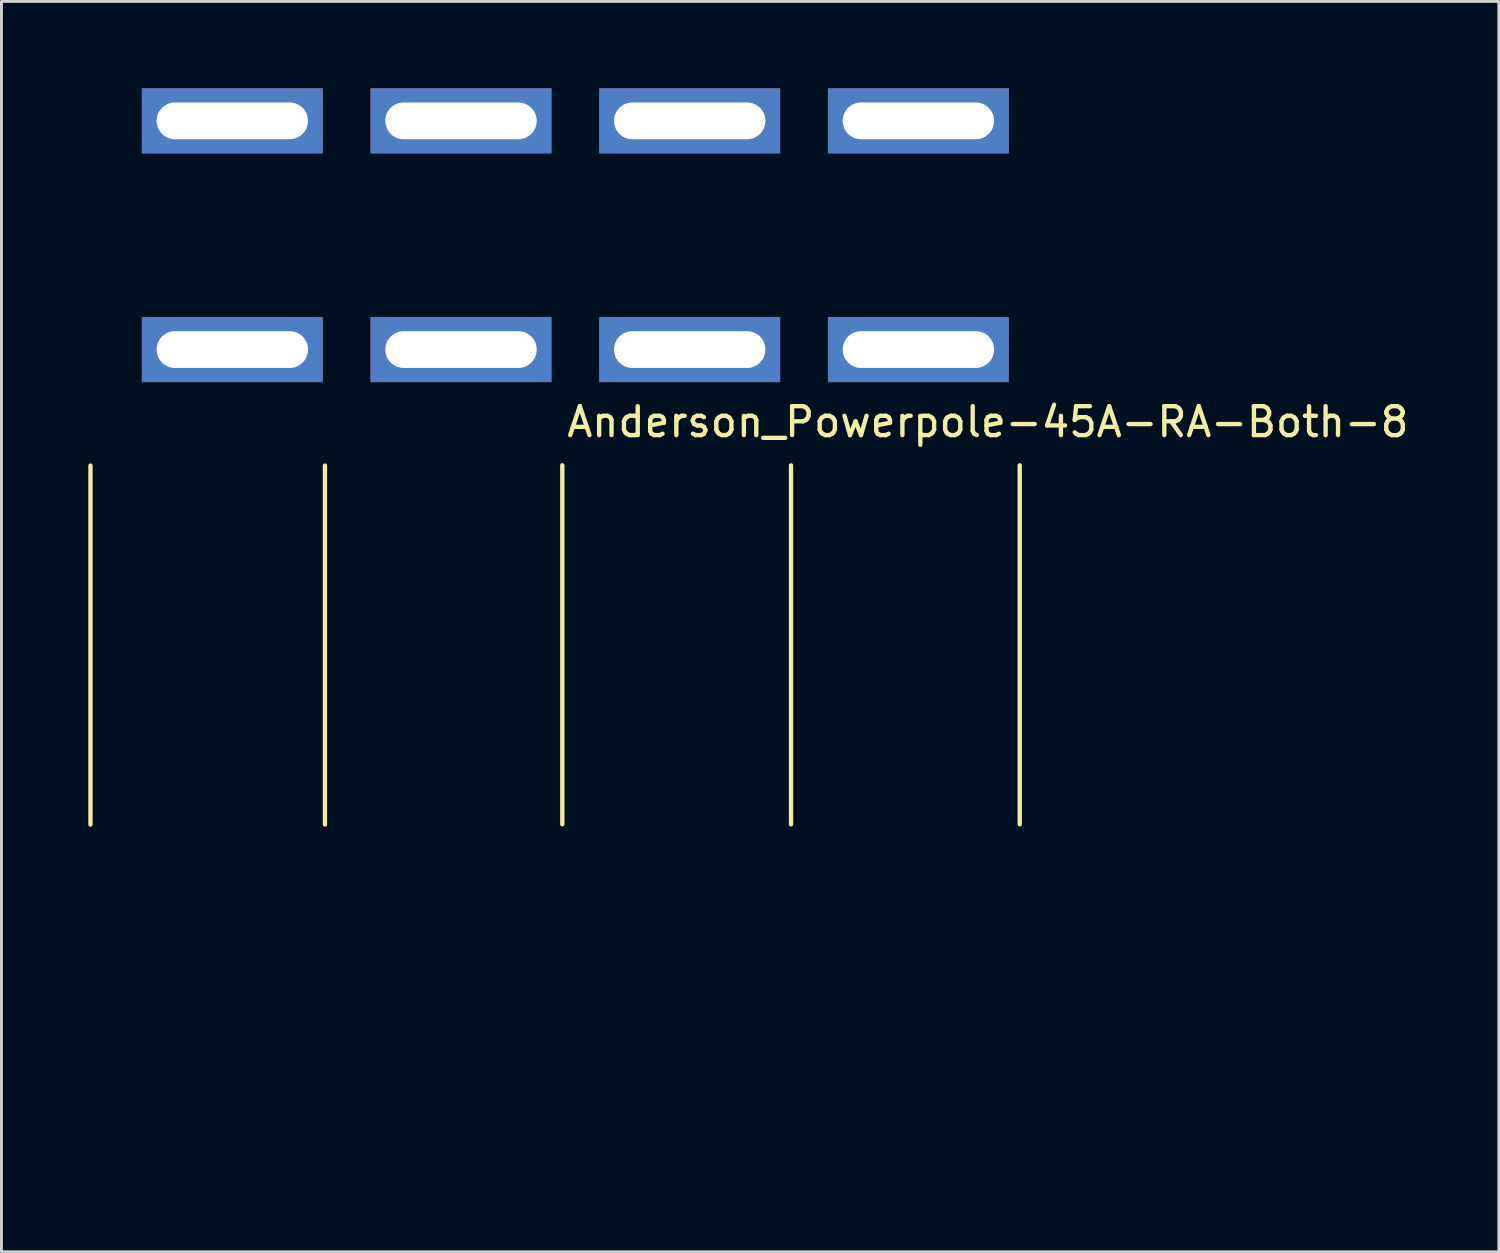
<source format=kicad_pcb>
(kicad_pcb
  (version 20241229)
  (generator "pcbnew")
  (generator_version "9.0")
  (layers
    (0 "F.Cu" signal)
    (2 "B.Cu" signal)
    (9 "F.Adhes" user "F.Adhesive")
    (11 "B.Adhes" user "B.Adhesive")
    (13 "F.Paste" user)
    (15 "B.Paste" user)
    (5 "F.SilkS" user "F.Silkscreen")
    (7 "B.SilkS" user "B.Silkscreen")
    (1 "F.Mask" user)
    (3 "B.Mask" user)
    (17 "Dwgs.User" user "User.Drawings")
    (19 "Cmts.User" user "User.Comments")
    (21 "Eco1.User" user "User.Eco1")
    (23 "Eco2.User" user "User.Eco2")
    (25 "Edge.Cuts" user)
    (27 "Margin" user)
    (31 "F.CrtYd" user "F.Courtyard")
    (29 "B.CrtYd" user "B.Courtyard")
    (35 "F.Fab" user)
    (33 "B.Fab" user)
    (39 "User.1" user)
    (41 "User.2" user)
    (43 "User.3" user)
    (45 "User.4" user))
  (footprint "Anderson_Powerpole-45A-RA-Both-8"
    (layer "F.Cu")
    (at 4.975 1.125)
    (property "Reference" "Anderson_Powerpole-45A-RA-Both-8" (at 26.1 10.4 0) (layer "F.SilkS") (effects (font (size 1 1) (thickness 0.15))))
    (attr through_hole)
    (fp_line (start -4.9 11.908) (end -4.9 24.308) (stroke (width 0.15) (type solid)) (layer "F.SilkS"))
    (fp_line (start 3.2 11.908) (end 3.2 24.308) (stroke (width 0.15) (type solid)) (layer "F.SilkS"))
    (fp_line (start 11.4 11.9) (end 11.4 24.3) (stroke (width 0.15) (type solid)) (layer "F.SilkS"))
    (fp_line (start 19.3 11.9) (end 19.3 24.3) (stroke (width 0.15) (type solid)) (layer "F.SilkS"))
    (fp_line (start 27.2 11.9) (end 27.2 24.3) (stroke (width 0.15) (type solid)) (layer "F.SilkS"))
    (fp_line (start 0 0) (end 0 34.492) (stroke (width 0.15) (type solid)) (layer "Eco1.User"))
    (fp_line (start 0.25 34.492) (end -0.25 34.492) (stroke (width 0.15) (type solid)) (layer "Eco1.User"))
    (fp_line (start 7.9 0) (end 7.9 34.492) (stroke (width 0.15) (type solid)) (layer "Eco1.User"))
    (fp_line (start 8.15 34.492) (end 7.65 34.492) (stroke (width 0.15) (type solid)) (layer "Eco1.User"))
    (fp_line (start 15.8 0) (end 15.8 34.492) (stroke (width 0.15) (type solid)) (layer "Eco1.User"))
    (fp_line (start 16.05 34.492) (end 15.55 34.492) (stroke (width 0.15) (type solid)) (layer "Eco1.User"))
    (fp_line (start 23.7 0) (end 23.7 34.492) (stroke (width 0.15) (type solid)) (layer "Eco1.User"))
    (fp_line (start 23.95 34.492) (end 23.45 34.492) (stroke (width 0.15) (type solid)) (layer "Eco1.User"))
    (fp_line (start -4.2 11.392) (end 4.2 11.392) (stroke (width 0.15) (type solid)) (layer "Eco2.User"))
    (fp_line (start -4.1 24.792) (end -4.2 11.392) (stroke (width 0.15) (type solid)) (layer "Eco2.User"))
    (fp_line (start -3.95 35.992) (end -4.1 27.392) (stroke (width 0.15) (type solid)) (layer "Eco2.User"))
    (fp_line (start 3.7 11.392) (end 12.1 11.392) (stroke (width 0.15) (type solid)) (layer "Eco2.User"))
    (fp_line (start 3.8 24.792) (end 3.7 11.392) (stroke (width 0.15) (type solid)) (layer "Eco2.User"))
    (fp_line (start 3.95 35.992) (end -3.95 35.992) (stroke (width 0.15) (type solid)) (layer "Eco2.User"))
    (fp_line (start 3.95 35.992) (end 3.8 27.392) (stroke (width 0.15) (type solid)) (layer "Eco2.User"))
    (fp_line (start 3.95 35.992) (end 4.1 27.392) (stroke (width 0.15) (type solid)) (layer "Eco2.User"))
    (fp_line (start 4.1 24.792) (end 4.2 11.392) (stroke (width 0.15) (type solid)) (layer "Eco2.User"))
    (fp_line (start 11.6 11.392) (end 20 11.392) (stroke (width 0.15) (type solid)) (layer "Eco2.User"))
    (fp_line (start 11.7 24.792) (end 11.6 11.392) (stroke (width 0.15) (type solid)) (layer "Eco2.User"))
    (fp_line (start 11.85 35.992) (end 3.95 35.992) (stroke (width 0.15) (type solid)) (layer "Eco2.User"))
    (fp_line (start 11.85 35.992) (end 11.7 27.392) (stroke (width 0.15) (type solid)) (layer "Eco2.User"))
    (fp_line (start 11.85 35.992) (end 12 27.392) (stroke (width 0.15) (type solid)) (layer "Eco2.User"))
    (fp_line (start 12 24.792) (end 12.1 11.392) (stroke (width 0.15) (type solid)) (layer "Eco2.User"))
    (fp_line (start 19.5 11.392) (end 27.9 11.392) (stroke (width 0.15) (type solid)) (layer "Eco2.User"))
    (fp_line (start 19.6 24.792) (end 19.5 11.392) (stroke (width 0.15) (type solid)) (layer "Eco2.User"))
    (fp_line (start 19.75 35.992) (end 11.85 35.992) (stroke (width 0.15) (type solid)) (layer "Eco2.User"))
    (fp_line (start 19.75 35.992) (end 19.6 27.392) (stroke (width 0.15) (type solid)) (layer "Eco2.User"))
    (fp_line (start 19.75 35.992) (end 19.9 27.392) (stroke (width 0.15) (type solid)) (layer "Eco2.User"))
    (fp_line (start 19.9 24.792) (end 20 11.392) (stroke (width 0.15) (type solid)) (layer "Eco2.User"))
    (fp_line (start 27.65 35.992) (end 19.75 35.992) (stroke (width 0.15) (type solid)) (layer "Eco2.User"))
    (fp_line (start 27.65 35.992) (end 27.8 27.392) (stroke (width 0.15) (type solid)) (layer "Eco2.User"))
    (fp_line (start 27.8 24.792) (end 27.9 11.392) (stroke (width 0.15) (type solid)) (layer "Eco2.User"))
    (fp_arc (start -4.1 24.792) (mid -3.180761 25.172761) (end -2.8 26.092) (stroke (width 0.15) (type solid)) (layer "Eco2.User"))
    (fp_arc (start -2.8 26.092) (mid -3.180761 27.011239) (end -4.1 27.392) (stroke (width 0.15) (type solid)) (layer "Eco2.User"))
    (fp_arc (start 2.8 26.092) (mid 3.180761 25.172761) (end 4.1 24.792) (stroke (width 0.15) (type solid)) (layer "Eco2.User"))
    (fp_arc (start 3.8 24.792) (mid 4.719239 25.172761) (end 5.1 26.092) (stroke (width 0.15) (type solid)) (layer "Eco2.User"))
    (fp_arc (start 4.1 27.392) (mid 3.180761 27.011239) (end 2.8 26.092) (stroke (width 0.15) (type solid)) (layer "Eco2.User"))
    (fp_arc (start 5.1 26.092) (mid 4.719239 27.011239) (end 3.8 27.392) (stroke (width 0.15) (type solid)) (layer "Eco2.User"))
    (fp_arc (start 10.7 26.092) (mid 11.080761 25.172761) (end 12 24.792) (stroke (width 0.15) (type solid)) (layer "Eco2.User"))
    (fp_arc (start 11.7 24.792) (mid 12.619239 25.172761) (end 13 26.092) (stroke (width 0.15) (type solid)) (layer "Eco2.User"))
    (fp_arc (start 12 27.392) (mid 11.080761 27.011239) (end 10.7 26.092) (stroke (width 0.15) (type solid)) (layer "Eco2.User"))
    (fp_arc (start 13 26.092) (mid 12.619239 27.011239) (end 11.7 27.392) (stroke (width 0.15) (type solid)) (layer "Eco2.User"))
    (fp_arc (start 18.6 26.092) (mid 18.980761 25.172761) (end 19.9 24.792) (stroke (width 0.15) (type solid)) (layer "Eco2.User"))
    (fp_arc (start 19.6 24.792) (mid 20.519239 25.172761) (end 20.9 26.092) (stroke (width 0.15) (type solid)) (layer "Eco2.User"))
    (fp_arc (start 19.9 27.392) (mid 18.980761 27.011239) (end 18.6 26.092) (stroke (width 0.15) (type solid)) (layer "Eco2.User"))
    (fp_arc (start 20.9 26.092) (mid 20.519239 27.011239) (end 19.6 27.392) (stroke (width 0.15) (type solid)) (layer "Eco2.User"))
    (fp_arc (start 26.5 26.092) (mid 26.880761 25.172761) (end 27.8 24.792) (stroke (width 0.15) (type solid)) (layer "Eco2.User"))
    (fp_arc (start 27.8 27.392) (mid 26.880761 27.011239) (end 26.5 26.092) (stroke (width 0.15) (type solid)) (layer "Eco2.User"))
    (pad "1" thru_hole rect (at 0 7.9) (size 6.25 2.25) (drill oval 5.23 1.27) (layers "*.Cu" "*.Mask"))
    (pad "2" thru_hole rect (at 0 0) (size 6.25 2.25) (drill oval 5.23 1.27) (layers "*.Cu" "*.Mask"))
    (pad "3" thru_hole rect (at 7.9 7.9) (size 6.25 2.25) (drill oval 5.23 1.27) (layers "*.Cu" "*.Mask"))
    (pad "4" thru_hole rect (at 7.9 0) (size 6.25 2.25) (drill oval 5.23 1.27) (layers "*.Cu" "*.Mask"))
    (pad "5" thru_hole rect (at 15.8 7.9) (size 6.25 2.25) (drill oval 5.23 1.27) (layers "*.Cu" "*.Mask"))
    (pad "6" thru_hole rect (at 15.8 0) (size 6.25 2.25) (drill oval 5.23 1.27) (layers "*.Cu" "*.Mask"))
    (pad "7" thru_hole rect (at 23.7 7.9) (size 6.25 2.25) (drill oval 5.23 1.27) (layers "*.Cu" "*.Mask"))
    (pad "8" thru_hole rect (at 23.7 0) (size 6.25 2.25) (drill oval 5.23 1.27) (layers "*.Cu" "*.Mask")))
  (gr_rect
    (start -3 -3)
    (end 48.724 40.192)
    (stroke (width 0.1) (type default))
    (fill no)
    (layer "Edge.Cuts")))
</source>
